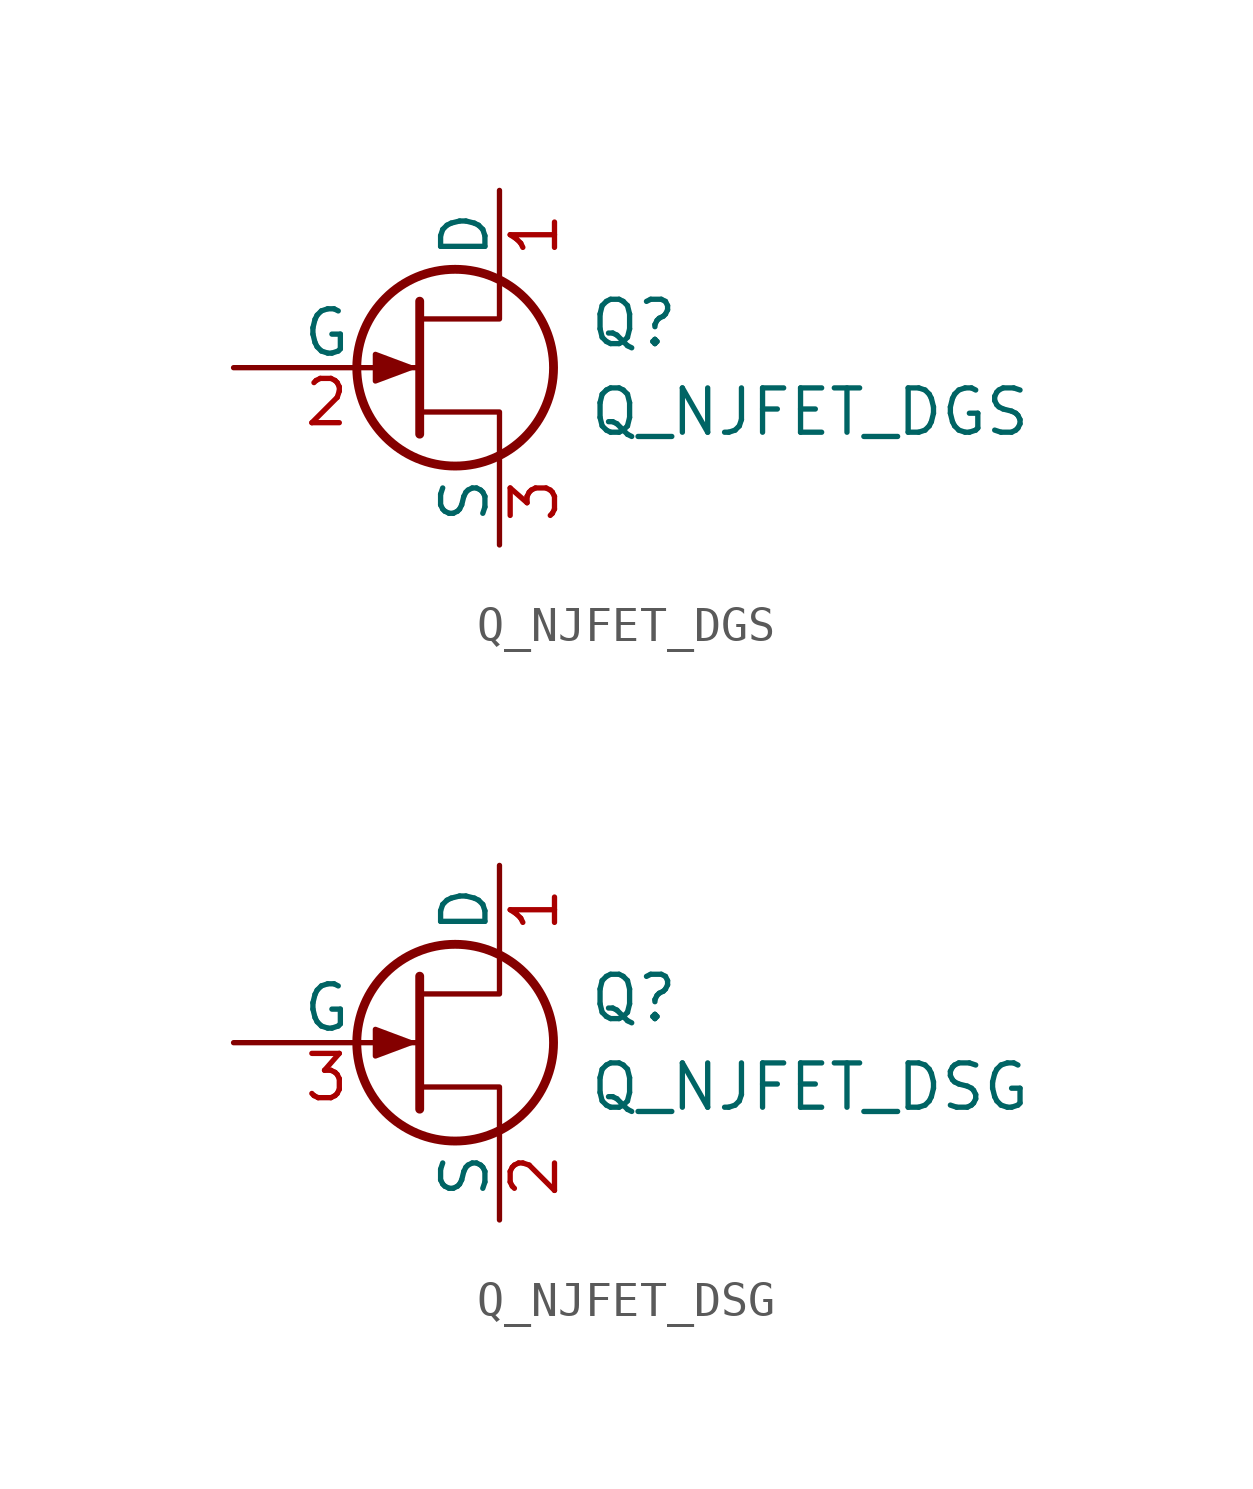
<source format=kicad_sym>
(kicad_symbol_lib
  (version 20211014)
  (generator kicad_symbol_editor)
  (symbol "Q_NJFET_DGS"
    (pin_names
      (offset 0))
    (property "Reference" "Q"
      (at 5.08 1.27 0)
      (effects (font (size 1.27 1.27)) (justify left)))
    (property "Value" "Q_NJFET_DGS"
      (at 5.08 -1.27 0)
      (effects (font (size 1.27 1.27)) (justify left)))
    (symbol "Q_NJFET_DGS_0_1"
      (polyline (pts (xy 0.254 1.905) (xy 0.254 -1.905) (xy 0.254 -1.905)) (stroke (width 0.254) (type default) (color 0 0 0 0)) (fill (type none)))
      (polyline (pts (xy 2.54 -2.54) (xy 2.54 -1.27) (xy 0.254 -1.27)) (stroke (width 0) (type default) (color 0 0 0 0)) (fill (type none)))
      (polyline (pts (xy 2.54 2.54) (xy 2.54 1.397) (xy 0.254 1.397)) (stroke (width 0) (type default) (color 0 0 0 0)) (fill (type none)))
      (polyline (pts (xy 0 0) (xy -1.016 0.381) (xy -1.016 -0.381) (xy 0 0)) (stroke (width 0) (type default) (color 0 0 0 0)) (fill (type outline)))
      (circle (center 1.27 0) (radius 2.819) (stroke (width 0.254) (type default) (color 0 0 0 0)) (fill (type none))))
    (symbol "Q_NJFET_DGS_1_1"
      (pin passive line (at 2.54 5.08 270) (length 2.54) (name "D" (effects (font (size 1.27 1.27)))) (number "1" (effects (font (size 1.27 1.27)))))
      (pin input line (at -5.08 0 0) (length 5.334) (name "G" (effects (font (size 1.27 1.27)))) (number "2" (effects (font (size 1.27 1.27)))))
      (pin passive line (at 2.54 -5.08 90) (length 2.54) (name "S" (effects (font (size 1.27 1.27)))) (number "3" (effects (font (size 1.27 1.27)))))))
  (symbol "Q_NJFET_DSG"
    (pin_names
      (offset 0))
    (property "Reference" "Q"
      (at 5.08 1.27 0)
      (effects (font (size 1.27 1.27)) (justify left)))
    (property "Value" "Q_NJFET_DSG"
      (at 5.08 -1.27 0)
      (effects (font (size 1.27 1.27)) (justify left)))
    (symbol "Q_NJFET_DSG_0_1"
      (polyline (pts (xy 0.254 1.905) (xy 0.254 -1.905) (xy 0.254 -1.905)) (stroke (width 0.254) (type default) (color 0 0 0 0)) (fill (type none)))
      (polyline (pts (xy 2.54 -2.54) (xy 2.54 -1.27) (xy 0.254 -1.27)) (stroke (width 0) (type default) (color 0 0 0 0)) (fill (type none)))
      (polyline (pts (xy 2.54 2.54) (xy 2.54 1.397) (xy 0.254 1.397)) (stroke (width 0) (type default) (color 0 0 0 0)) (fill (type none)))
      (polyline (pts (xy 0 0) (xy -1.016 0.381) (xy -1.016 -0.381) (xy 0 0)) (stroke (width 0) (type default) (color 0 0 0 0)) (fill (type outline)))
      (circle (center 1.27 0) (radius 2.819) (stroke (width 0.254) (type default) (color 0 0 0 0)) (fill (type none))))
    (symbol "Q_NJFET_DSG_1_1"
      (pin passive line (at 2.54 5.08 270) (length 2.54) (name "D" (effects (font (size 1.27 1.27)))) (number "1" (effects (font (size 1.27 1.27)))))
      (pin passive line (at 2.54 -5.08 90) (length 2.54) (name "S" (effects (font (size 1.27 1.27)))) (number "2" (effects (font (size 1.27 1.27)))))
      (pin input line (at -5.08 0 0) (length 5.334) (name "G" (effects (font (size 1.27 1.27)))) (number "3" (effects (font (size 1.27 1.27))))))))
</source>
